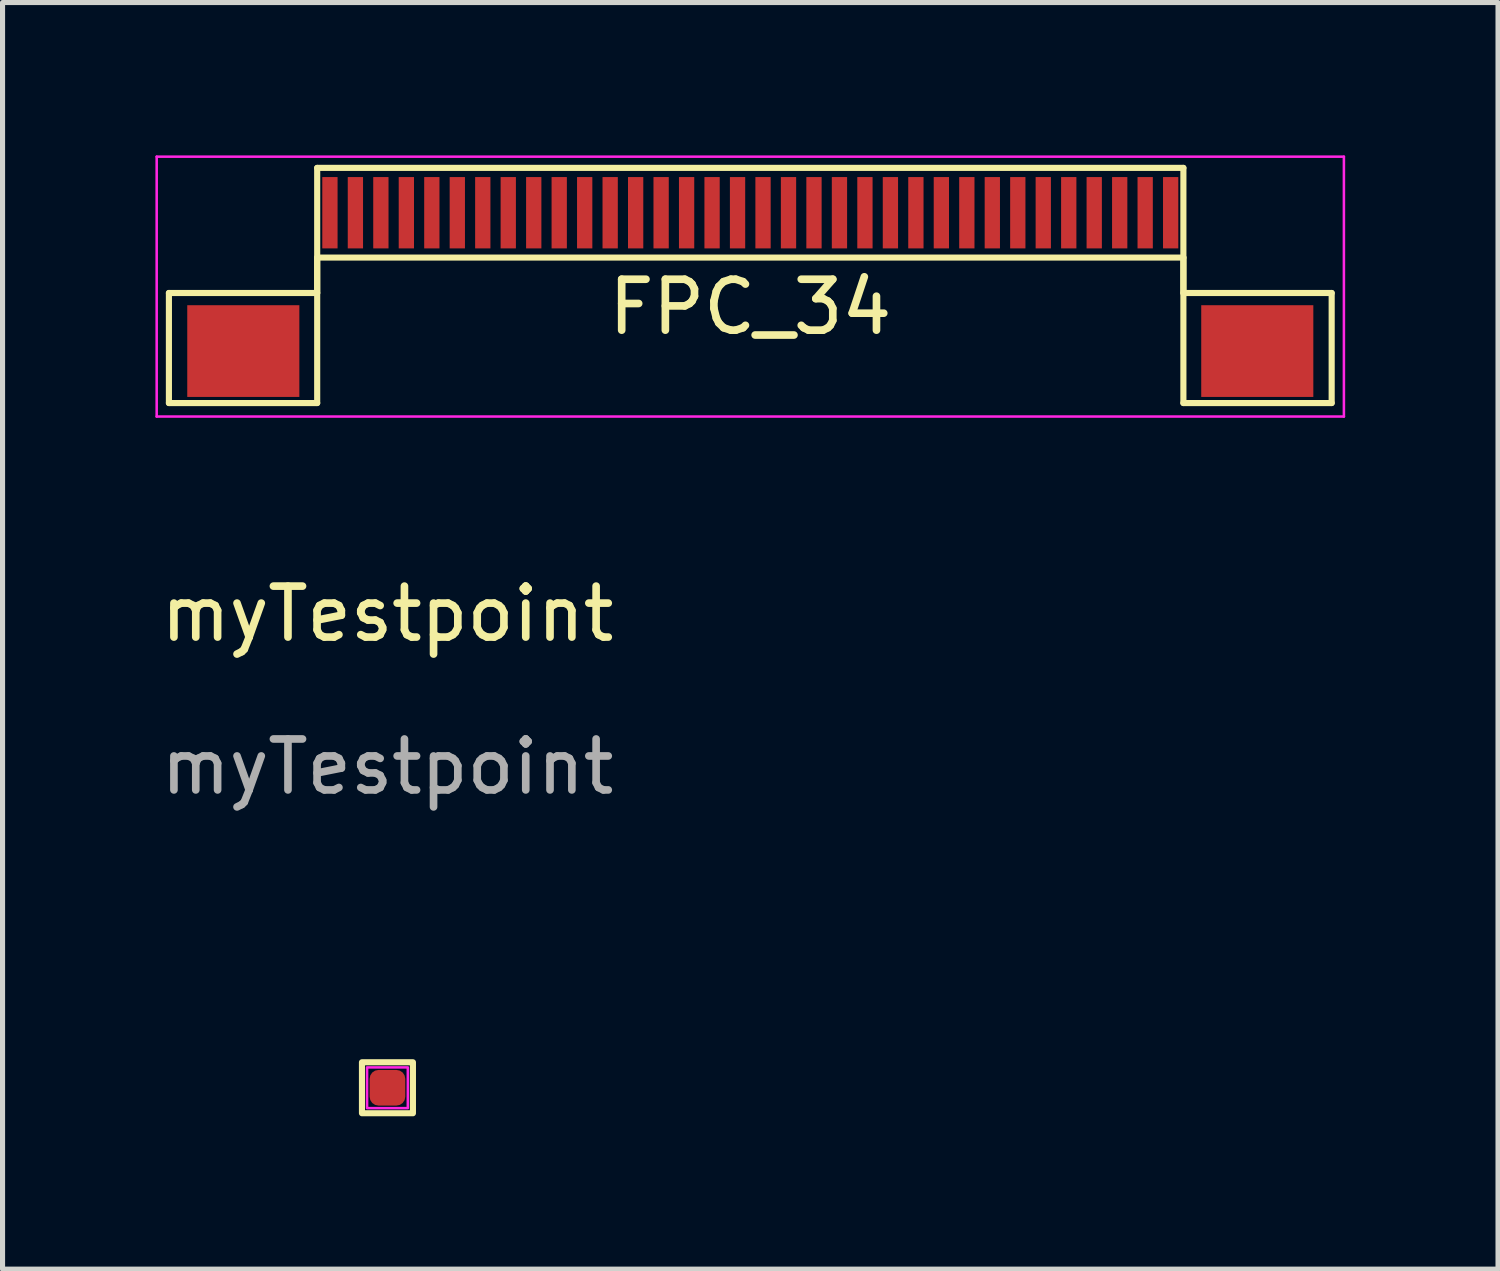
<source format=kicad_pcb>
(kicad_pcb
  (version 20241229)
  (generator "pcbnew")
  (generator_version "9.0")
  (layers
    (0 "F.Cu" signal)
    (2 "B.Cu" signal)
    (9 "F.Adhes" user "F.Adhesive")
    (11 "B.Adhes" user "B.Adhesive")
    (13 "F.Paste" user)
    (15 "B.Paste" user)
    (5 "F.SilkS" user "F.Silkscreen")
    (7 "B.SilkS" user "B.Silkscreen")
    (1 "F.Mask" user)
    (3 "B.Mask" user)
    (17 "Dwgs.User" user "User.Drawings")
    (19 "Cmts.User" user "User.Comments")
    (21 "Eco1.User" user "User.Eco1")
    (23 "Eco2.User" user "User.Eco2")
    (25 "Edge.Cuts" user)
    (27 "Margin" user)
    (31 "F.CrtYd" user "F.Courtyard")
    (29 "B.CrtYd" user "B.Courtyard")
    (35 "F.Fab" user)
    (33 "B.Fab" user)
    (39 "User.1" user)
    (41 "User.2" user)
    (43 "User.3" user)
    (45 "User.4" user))
  (footprint "FPC_34"
    (layer "F.Cu")
    (at 11.675 1.125)
    (property "Reference" "FPC_34" (at 0 1.85 0) (layer "F.SilkS") (effects (font (size 1 1) (thickness 0.15))))
    (attr through_hole)
    (fp_line (start -11.41 1.575) (end -8.5 1.575) (stroke (width 0.12) (type default)) (layer "F.SilkS"))
    (fp_line (start -11.41 3.735) (end -11.41 1.575) (stroke (width 0.12) (type default)) (layer "F.SilkS"))
    (fp_line (start -8.5 -0.88) (end 8.5 -0.88) (stroke (width 0.12) (type default)) (layer "F.SilkS"))
    (fp_line (start -8.5 0.88) (end -8.5 3.735) (stroke (width 0.12) (type default)) (layer "F.SilkS"))
    (fp_line (start -8.5 0.88) (end 8.5 0.88) (stroke (width 0.12) (type default)) (layer "F.SilkS"))
    (fp_line (start -8.5 1.575) (end -8.5 -0.88) (stroke (width 0.12) (type default)) (layer "F.SilkS"))
    (fp_line (start -8.5 3.735) (end -11.41 3.735) (stroke (width 0.12) (type default)) (layer "F.SilkS"))
    (fp_line (start 8.5 0.88) (end 8.5 3.735) (stroke (width 0.12) (type default)) (layer "F.SilkS"))
    (fp_line (start 8.5 1.575) (end 8.5 -0.88) (stroke (width 0.12) (type default)) (layer "F.SilkS"))
    (fp_line (start 8.5 3.735) (end 11.41 3.735) (stroke (width 0.12) (type default)) (layer "F.SilkS"))
    (fp_line (start 11.41 1.575) (end 8.5 1.575) (stroke (width 0.12) (type default)) (layer "F.SilkS"))
    (fp_line (start 11.41 3.735) (end 11.41 1.575) (stroke (width 0.12) (type default)) (layer "F.SilkS"))
    (fp_line (start -11.65 -1.1) (end -11.65 4) (stroke (width 0.05) (type default)) (layer "F.CrtYd"))
    (fp_line (start -11.65 -1.1) (end 11.65 -1.1) (stroke (width 0.05) (type default)) (layer "F.CrtYd"))
    (fp_line (start -11.65 4) (end 11.65 4) (stroke (width 0.05) (type default)) (layer "F.CrtYd"))
    (fp_line (start 11.65 -1.1) (end 11.65 4) (stroke (width 0.05) (type default)) (layer "F.CrtYd"))
    (pad "0" smd rect (at -9.95 2.715) (size 2.2 1.8) (layers "F.Cu" "F.Mask" "F.Paste"))
    (pad "0" smd rect (at 9.95 2.715) (size 2.2 1.8) (layers "F.Cu" "F.Mask" "F.Paste"))
    (pad "1" smd rect (at -8.25 0) (size 0.3 1.4) (layers "F.Cu" "F.Mask" "F.Paste"))
    (pad "2" smd rect (at -7.75 0) (size 0.3 1.4) (layers "F.Cu" "F.Mask" "F.Paste"))
    (pad "3" smd rect (at -7.25 0) (size 0.3 1.4) (layers "F.Cu" "F.Mask" "F.Paste"))
    (pad "4" smd rect (at -6.75 0) (size 0.3 1.4) (layers "F.Cu" "F.Mask" "F.Paste"))
    (pad "5" smd rect (at -6.25 0) (size 0.3 1.4) (layers "F.Cu" "F.Mask" "F.Paste"))
    (pad "6" smd rect (at -5.75 0) (size 0.3 1.4) (layers "F.Cu" "F.Mask" "F.Paste"))
    (pad "7" smd rect (at -5.25 0) (size 0.3 1.4) (layers "F.Cu" "F.Mask" "F.Paste"))
    (pad "8" smd rect (at -4.75 0) (size 0.3 1.4) (layers "F.Cu" "F.Mask" "F.Paste"))
    (pad "9" smd rect (at -4.25 0) (size 0.3 1.4) (layers "F.Cu" "F.Mask" "F.Paste"))
    (pad "10" smd rect (at -3.75 0) (size 0.3 1.4) (layers "F.Cu" "F.Mask" "F.Paste"))
    (pad "11" smd rect (at -3.25 0) (size 0.3 1.4) (layers "F.Cu" "F.Mask" "F.Paste"))
    (pad "12" smd rect (at -2.75 0) (size 0.3 1.4) (layers "F.Cu" "F.Mask" "F.Paste"))
    (pad "13" smd rect (at -2.25 0) (size 0.3 1.4) (layers "F.Cu" "F.Mask" "F.Paste"))
    (pad "14" smd rect (at -1.75 0) (size 0.3 1.4) (layers "F.Cu" "F.Mask" "F.Paste"))
    (pad "15" smd rect (at -1.25 0) (size 0.3 1.4) (layers "F.Cu" "F.Mask" "F.Paste"))
    (pad "16" smd rect (at -0.75 0) (size 0.3 1.4) (layers "F.Cu" "F.Mask" "F.Paste"))
    (pad "17" smd rect (at -0.25 0) (size 0.3 1.4) (layers "F.Cu" "F.Mask" "F.Paste"))
    (pad "18" smd rect (at 0.25 0) (size 0.3 1.4) (layers "F.Cu" "F.Mask" "F.Paste"))
    (pad "19" smd rect (at 0.75 0) (size 0.3 1.4) (layers "F.Cu" "F.Mask" "F.Paste"))
    (pad "20" smd rect (at 1.25 0) (size 0.3 1.4) (layers "F.Cu" "F.Mask" "F.Paste"))
    (pad "21" smd rect (at 1.75 0) (size 0.3 1.4) (layers "F.Cu" "F.Mask" "F.Paste"))
    (pad "22" smd rect (at 2.25 0) (size 0.3 1.4) (layers "F.Cu" "F.Mask" "F.Paste"))
    (pad "23" smd rect (at 2.75 0) (size 0.3 1.4) (layers "F.Cu" "F.Mask" "F.Paste"))
    (pad "24" smd rect (at 3.25 0) (size 0.3 1.4) (layers "F.Cu" "F.Mask" "F.Paste"))
    (pad "25" smd rect (at 3.75 0) (size 0.3 1.4) (layers "F.Cu" "F.Mask" "F.Paste"))
    (pad "26" smd rect (at 4.25 0) (size 0.3 1.4) (layers "F.Cu" "F.Mask" "F.Paste"))
    (pad "27" smd rect (at 4.75 0) (size 0.3 1.4) (layers "F.Cu" "F.Mask" "F.Paste"))
    (pad "28" smd rect (at 5.25 0) (size 0.3 1.4) (layers "F.Cu" "F.Mask" "F.Paste"))
    (pad "29" smd rect (at 5.75 0) (size 0.3 1.4) (layers "F.Cu" "F.Mask" "F.Paste"))
    (pad "30" smd rect (at 6.25 0) (size 0.3 1.4) (layers "F.Cu" "F.Mask" "F.Paste"))
    (pad "31" smd rect (at 6.75 0) (size 0.3 1.4) (layers "F.Cu" "F.Mask" "F.Paste"))
    (pad "32" smd rect (at 7.25 0) (size 0.3 1.4) (layers "F.Cu" "F.Mask" "F.Paste"))
    (pad "33" smd rect (at 7.75 0) (size 0.3 1.4) (layers "F.Cu" "F.Mask" "F.Paste"))
    (pad "34" smd rect (at 8.25 0) (size 0.3 1.4) (layers "F.Cu" "F.Mask" "F.Paste")))
  (footprint "myTestpoint"
    (layer "F.Cu")
    (at 4.554 18.298)
    (property "Reference" "myTestpoint" (at 0 -9.3 0) (unlocked yes) (layer "F.SilkS") (effects (font (size 1 1) (thickness 0.15))))
    (attr smd)
    (fp_rect (start -0.5 -0.5) (end 0.5 0.5) (stroke (width 0.12) (type default)) (fill no) (layer "F.SilkS"))
    (fp_rect (start -0.4 -0.4) (end 0.4 0.4) (stroke (width 0.05) (type default)) (fill no) (layer "F.CrtYd"))
    (fp_text user "${REFERENCE}" (at 0 -6.3 0) (unlocked yes) (layer "F.Fab") (effects (font (size 1 1) (thickness 0.15))))
    (pad "1" smd roundrect (at 0 0) (size 0.7 0.7) (layers "F.Cu" "F.Mask" "F.Paste") (roundrect_rratio 0.25)))
  (gr_rect
    (start -3 -3)
    (end 26.35 21.858)
    (stroke (width 0.1) (type default))
    (fill no)
    (layer "Edge.Cuts")))
</source>
